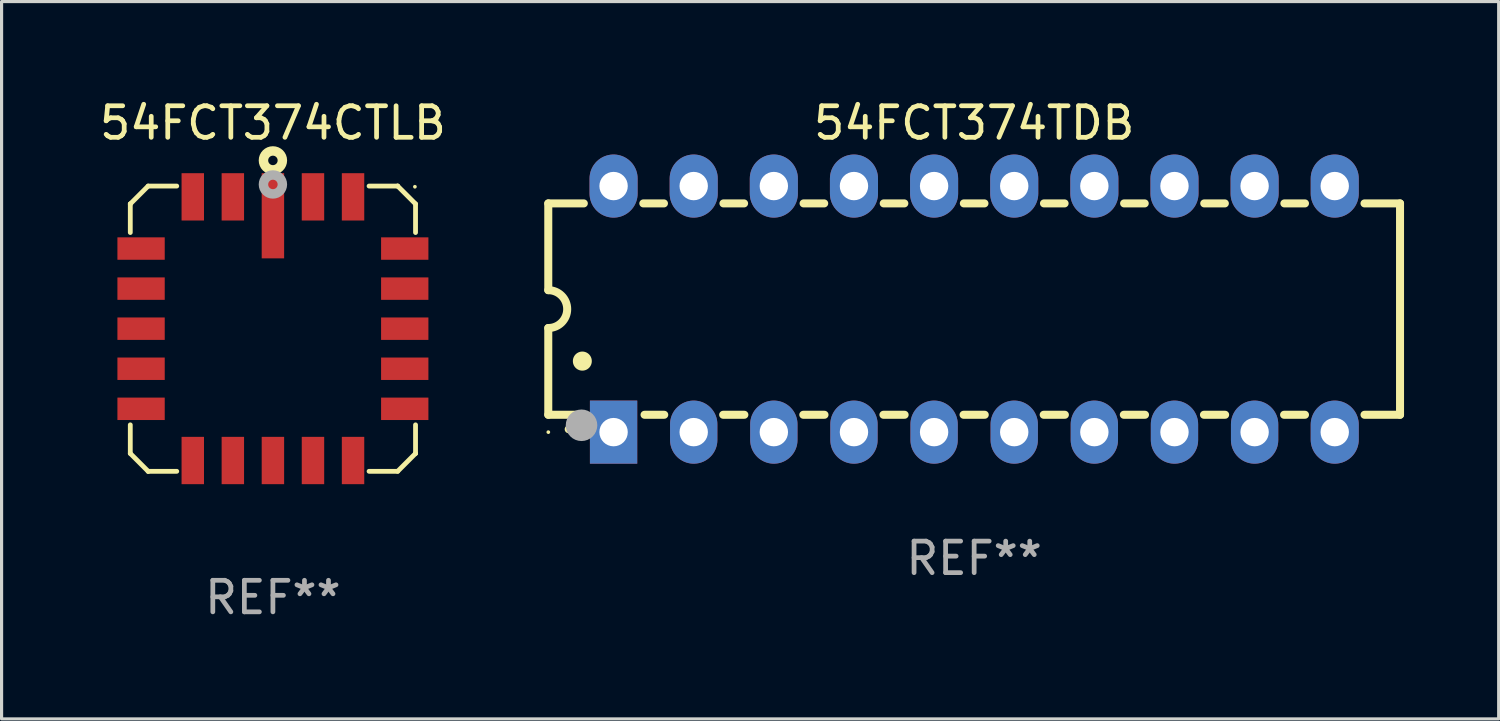
<source format=kicad_pcb>
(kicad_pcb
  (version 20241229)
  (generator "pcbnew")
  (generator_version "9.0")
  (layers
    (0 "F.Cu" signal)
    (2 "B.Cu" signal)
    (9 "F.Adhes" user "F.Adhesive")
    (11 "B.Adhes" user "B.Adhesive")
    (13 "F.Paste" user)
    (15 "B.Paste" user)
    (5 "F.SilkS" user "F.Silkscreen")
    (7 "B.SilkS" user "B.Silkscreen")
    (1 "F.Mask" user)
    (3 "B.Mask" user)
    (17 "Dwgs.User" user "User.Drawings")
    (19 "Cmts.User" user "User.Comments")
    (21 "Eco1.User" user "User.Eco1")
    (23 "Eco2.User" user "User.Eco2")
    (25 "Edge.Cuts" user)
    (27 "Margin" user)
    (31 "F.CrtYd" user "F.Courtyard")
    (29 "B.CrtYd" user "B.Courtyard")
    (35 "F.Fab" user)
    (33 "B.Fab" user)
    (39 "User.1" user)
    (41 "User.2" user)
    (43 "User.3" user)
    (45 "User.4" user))
  (footprint "54FCT374TDB"
    (layer "F.Cu")
    (at 27.83 6.748)
    (property "Reference" "54FCT374TDB" (at 0 -5.9 0) (layer "F.SilkS") (effects (font (size 1 1) (thickness 0.15))))
    (attr through_hole)
    (fp_line (start -13.5 -3.35) (end -12.373 -3.35) (stroke (width 0.254) (type solid)) (layer "F.SilkS"))
    (fp_line (start -13.5 -0.6) (end -13.5 -3.35) (stroke (width 0.254) (type solid)) (layer "F.SilkS"))
    (fp_line (start -13.5 3.35) (end -13.5 0.6) (stroke (width 0.254) (type solid)) (layer "F.SilkS"))
    (fp_line (start -13.5 3.35) (end -12.411 3.35) (stroke (width 0.254) (type solid)) (layer "F.SilkS"))
    (fp_line (start -10.487 -3.35) (end -9.833 -3.35) (stroke (width 0.254) (type solid)) (layer "F.SilkS"))
    (fp_line (start -10.449 3.35) (end -9.824 3.35) (stroke (width 0.254) (type solid)) (layer "F.SilkS"))
    (fp_line (start -7.956 3.35) (end -7.284 3.35) (stroke (width 0.254) (type solid)) (layer "F.SilkS"))
    (fp_line (start -7.947 -3.35) (end -7.293 -3.35) (stroke (width 0.254) (type solid)) (layer "F.SilkS"))
    (fp_line (start -5.416 3.35) (end -4.744 3.35) (stroke (width 0.254) (type solid)) (layer "F.SilkS"))
    (fp_line (start -5.407 -3.35) (end -4.753 -3.35) (stroke (width 0.254) (type solid)) (layer "F.SilkS"))
    (fp_line (start -2.876 3.35) (end -2.204 3.35) (stroke (width 0.254) (type solid)) (layer "F.SilkS"))
    (fp_line (start -2.867 -3.35) (end -2.213 -3.35) (stroke (width 0.254) (type solid)) (layer "F.SilkS"))
    (fp_line (start -0.336 3.35) (end 0.336 3.35) (stroke (width 0.254) (type solid)) (layer "F.SilkS"))
    (fp_line (start -0.327 -3.35) (end 0.327 -3.35) (stroke (width 0.254) (type solid)) (layer "F.SilkS"))
    (fp_line (start 2.204 3.35) (end 2.876 3.35) (stroke (width 0.254) (type solid)) (layer "F.SilkS"))
    (fp_line (start 2.213 -3.35) (end 2.867 -3.35) (stroke (width 0.254) (type solid)) (layer "F.SilkS"))
    (fp_line (start 4.744 3.35) (end 5.416 3.35) (stroke (width 0.254) (type solid)) (layer "F.SilkS"))
    (fp_line (start 4.753 -3.35) (end 5.407 -3.35) (stroke (width 0.254) (type solid)) (layer "F.SilkS"))
    (fp_line (start 7.284 3.35) (end 7.956 3.35) (stroke (width 0.254) (type solid)) (layer "F.SilkS"))
    (fp_line (start 7.293 -3.35) (end 7.947 -3.35) (stroke (width 0.254) (type solid)) (layer "F.SilkS"))
    (fp_line (start 9.824 3.35) (end 10.487 3.35) (stroke (width 0.254) (type solid)) (layer "F.SilkS"))
    (fp_line (start 9.833 -3.35) (end 10.487 -3.35) (stroke (width 0.254) (type solid)) (layer "F.SilkS"))
    (fp_line (start 12.373 -3.35) (end 13.5 -3.35) (stroke (width 0.254) (type solid)) (layer "F.SilkS"))
    (fp_line (start 12.373 3.35) (end 13.5 3.35) (stroke (width 0.254) (type solid)) (layer "F.SilkS"))
    (fp_line (start 13.5 -3.35) (end 13.5 3.35) (stroke (width 0.254) (type solid)) (layer "F.SilkS"))
    (fp_arc (start -13.500127 -0.599442) (mid -12.900406 0.000228) (end -13.500025 0.6) (stroke (width 0.254001) (type solid)) (layer "F.SilkS"))
    (fp_arc (start -12.854966 3.810008) (mid -12.854973 3.808738) (end -12.854966 3.807468) (stroke (width 0.25) (type solid)) (layer "F.SilkS"))
    (fp_arc (start -12.420625 1.651003) (mid -12.420636 1.648463) (end -12.420625 1.645923) (stroke (width 0.6) (type solid)) (layer "F.SilkS"))
    (fp_circle (center -13.5 3.9) (end -13.47 3.9) (stroke (width 0.06) (type solid)) (fill no) (layer "F.SilkS"))
    (fp_circle (center -12.446 3.683) (end -12.196 3.683) (stroke (width 0.5) (type solid)) (fill no) (layer "F.Fab"))
    (fp_text user "REF**" (at 0 7.9 0) (layer "F.Fab") (effects (font (size 1 1) (thickness 0.15))))
    (pad "1" thru_hole rect (at -11.43 3.9 90) (size 2 1.5) (drill 0.9) (layers "*.Cu" "*.Mask"))
    (pad "2" thru_hole oval (at -8.89 3.9 90) (size 2 1.5) (drill 0.9) (layers "*.Cu" "*.Mask"))
    (pad "3" thru_hole oval (at -6.35 3.9 90) (size 2 1.5) (drill 0.9) (layers "*.Cu" "*.Mask"))
    (pad "4" thru_hole oval (at -3.81 3.9 90) (size 2 1.5) (drill 0.9) (layers "*.Cu" "*.Mask"))
    (pad "5" thru_hole oval (at -1.27 3.9 90) (size 2 1.5) (drill 0.9) (layers "*.Cu" "*.Mask"))
    (pad "6" thru_hole oval (at 1.27 3.9 90) (size 2 1.5) (drill 0.9) (layers "*.Cu" "*.Mask"))
    (pad "7" thru_hole oval (at 3.81 3.9 90) (size 2 1.5) (drill 0.9) (layers "*.Cu" "*.Mask"))
    (pad "8" thru_hole oval (at 6.35 3.9 90) (size 2 1.5) (drill 0.9) (layers "*.Cu" "*.Mask"))
    (pad "9" thru_hole oval (at 8.89 3.9 90) (size 2 1.5) (drill 0.9) (layers "*.Cu" "*.Mask"))
    (pad "10" thru_hole oval (at 11.43 3.9 90) (size 2 1.524) (drill 0.9) (layers "*.Cu" "*.Mask"))
    (pad "11" thru_hole oval (at 11.43 -3.9 90) (size 2 1.524) (drill 0.9) (layers "*.Cu" "*.Mask"))
    (pad "12" thru_hole oval (at 8.89 -3.9 90) (size 2 1.524) (drill 0.9) (layers "*.Cu" "*.Mask"))
    (pad "13" thru_hole oval (at 6.35 -3.9 90) (size 2 1.524) (drill 0.9) (layers "*.Cu" "*.Mask"))
    (pad "14" thru_hole oval (at 3.81 -3.9 90) (size 2 1.524) (drill 0.9) (layers "*.Cu" "*.Mask"))
    (pad "15" thru_hole oval (at 1.27 -3.9 90) (size 2 1.524) (drill 0.9) (layers "*.Cu" "*.Mask"))
    (pad "16" thru_hole oval (at -1.27 -3.9 90) (size 2 1.524) (drill 0.9) (layers "*.Cu" "*.Mask"))
    (pad "17" thru_hole oval (at -3.81 -3.9 90) (size 2 1.524) (drill 0.9) (layers "*.Cu" "*.Mask"))
    (pad "18" thru_hole oval (at -6.35 -3.9 90) (size 2 1.524) (drill 0.9) (layers "*.Cu" "*.Mask"))
    (pad "19" thru_hole oval (at -8.89 -3.9 90) (size 2 1.524) (drill 0.9) (layers "*.Cu" "*.Mask"))
    (pad "20" thru_hole oval (at -11.43 -3.9 90) (size 2 1.524) (drill 0.9) (layers "*.Cu" "*.Mask")))
  (footprint "54FCT374CTLB"
    (layer "F.Cu")
    (at 5.601 7.369)
    (property "Reference" "54FCT374CTLB" (at 0 -6.521 0) (layer "F.SilkS") (effects (font (size 1 1) (thickness 0.15))))
    (attr through_hole)
    (fp_line (start -4.521 -3.955) (end -3.955 -4.521) (stroke (width 0.152) (type solid)) (layer "F.SilkS"))
    (fp_line (start -4.521 -3.955) (end -4.521 -3.955) (stroke (width 0.152) (type solid)) (layer "F.SilkS"))
    (fp_line (start -4.521 -3.048) (end -4.521 -3.955) (stroke (width 0.152) (type solid)) (layer "F.SilkS"))
    (fp_line (start -4.521 3.955) (end -4.521 3.048) (stroke (width 0.152) (type solid)) (layer "F.SilkS"))
    (fp_line (start -3.955 -4.521) (end -3.048 -4.521) (stroke (width 0.152) (type solid)) (layer "F.SilkS"))
    (fp_line (start -3.955 4.521) (end -4.521 3.955) (stroke (width 0.152) (type solid)) (layer "F.SilkS"))
    (fp_line (start -3.955 4.521) (end -3.955 4.521) (stroke (width 0.152) (type solid)) (layer "F.SilkS"))
    (fp_line (start -3.048 4.521) (end -3.955 4.521) (stroke (width 0.152) (type solid)) (layer "F.SilkS"))
    (fp_line (start 3.048 -4.521) (end 3.955 -4.521) (stroke (width 0.152) (type solid)) (layer "F.SilkS"))
    (fp_line (start 3.955 -4.521) (end 3.955 -4.521) (stroke (width 0.152) (type solid)) (layer "F.SilkS"))
    (fp_line (start 3.955 -4.521) (end 4.521 -3.955) (stroke (width 0.152) (type solid)) (layer "F.SilkS"))
    (fp_line (start 3.955 4.521) (end 3.048 4.521) (stroke (width 0.152) (type solid)) (layer "F.SilkS"))
    (fp_line (start 4.521 -3.955) (end 4.521 -3.048) (stroke (width 0.152) (type solid)) (layer "F.SilkS"))
    (fp_line (start 4.521 3.048) (end 4.521 3.955) (stroke (width 0.152) (type solid)) (layer "F.SilkS"))
    (fp_line (start 4.521 3.955) (end 4.521 3.955) (stroke (width 0.152) (type solid)) (layer "F.SilkS"))
    (fp_line (start 4.521 3.955) (end 3.955 4.521) (stroke (width 0.152) (type solid)) (layer "F.SilkS"))
    (fp_circle (center 0.000025 -5.334) (end 0.15 -5.334) (stroke (width 0.3) (type solid)) (fill no) (layer "F.SilkS"))
    (fp_circle (center 4.5 -4.5) (end 4.53 -4.5) (stroke (width 0.06) (type solid)) (fill no) (layer "F.SilkS"))
    (fp_circle (center 0.000025 -4.572) (end 0.15 -4.572) (stroke (width 0.3) (type solid)) (fill no) (layer "F.Fab"))
    (fp_text user "REF**" (at 0 8.521 0) (layer "F.Fab") (effects (font (size 1 1) (thickness 0.15))))
    (pad "1" smd rect (at 0.000025 -3.579 90) (size 2.7 0.711) (layers "F.Cu" "F.Mask" "F.Paste"))
    (pad "2" smd rect (at -1.27 -4.179 90) (size 1.5 0.711) (layers "F.Cu" "F.Mask" "F.Paste"))
    (pad "3" smd rect (at -2.54 -4.179 90) (size 1.5 0.711) (layers "F.Cu" "F.Mask" "F.Paste"))
    (pad "4" smd rect (at -4.179 -2.54 90) (size 0.711 1.5) (layers "F.Cu" "F.Mask" "F.Paste"))
    (pad "5" smd rect (at -4.179 -1.27 90) (size 0.711 1.5) (layers "F.Cu" "F.Mask" "F.Paste"))
    (pad "6" smd rect (at -4.179 0.000025 90) (size 0.711 1.5) (layers "F.Cu" "F.Mask" "F.Paste"))
    (pad "7" smd rect (at -4.179 1.27 90) (size 0.711 1.5) (layers "F.Cu" "F.Mask" "F.Paste"))
    (pad "8" smd rect (at -4.179 2.54 90) (size 0.711 1.5) (layers "F.Cu" "F.Mask" "F.Paste"))
    (pad "9" smd rect (at -2.54 4.179 90) (size 1.5 0.711) (layers "F.Cu" "F.Mask" "F.Paste"))
    (pad "10" smd rect (at -1.27 4.179 90) (size 1.5 0.711) (layers "F.Cu" "F.Mask" "F.Paste"))
    (pad "11" smd rect (at 0.000025 4.179 90) (size 1.5 0.711) (layers "F.Cu" "F.Mask" "F.Paste"))
    (pad "12" smd rect (at 1.27 4.179 90) (size 1.5 0.711) (layers "F.Cu" "F.Mask" "F.Paste"))
    (pad "13" smd rect (at 2.54 4.179 90) (size 1.5 0.711) (layers "F.Cu" "F.Mask" "F.Paste"))
    (pad "14" smd rect (at 4.179 2.54 90) (size 0.711 1.5) (layers "F.Cu" "F.Mask" "F.Paste"))
    (pad "15" smd rect (at 4.179 1.27 90) (size 0.711 1.5) (layers "F.Cu" "F.Mask" "F.Paste"))
    (pad "16" smd rect (at 4.179 0.000025 90) (size 0.711 1.5) (layers "F.Cu" "F.Mask" "F.Paste"))
    (pad "17" smd rect (at 4.179 -1.27 90) (size 0.711 1.5) (layers "F.Cu" "F.Mask" "F.Paste"))
    (pad "18" smd rect (at 4.179 -2.54 90) (size 0.711 1.5) (layers "F.Cu" "F.Mask" "F.Paste"))
    (pad "19" smd rect (at 2.54 -4.179 90) (size 1.5 0.711) (layers "F.Cu" "F.Mask" "F.Paste"))
    (pad "20" smd rect (at 1.27 -4.179 90) (size 1.5 0.711) (layers "F.Cu" "F.Mask" "F.Paste")))
  (gr_rect
    (start -3 -3)
    (end 44.457 19.739)
    (stroke (width 0.1) (type default))
    (fill no)
    (layer "Edge.Cuts")))
</source>
